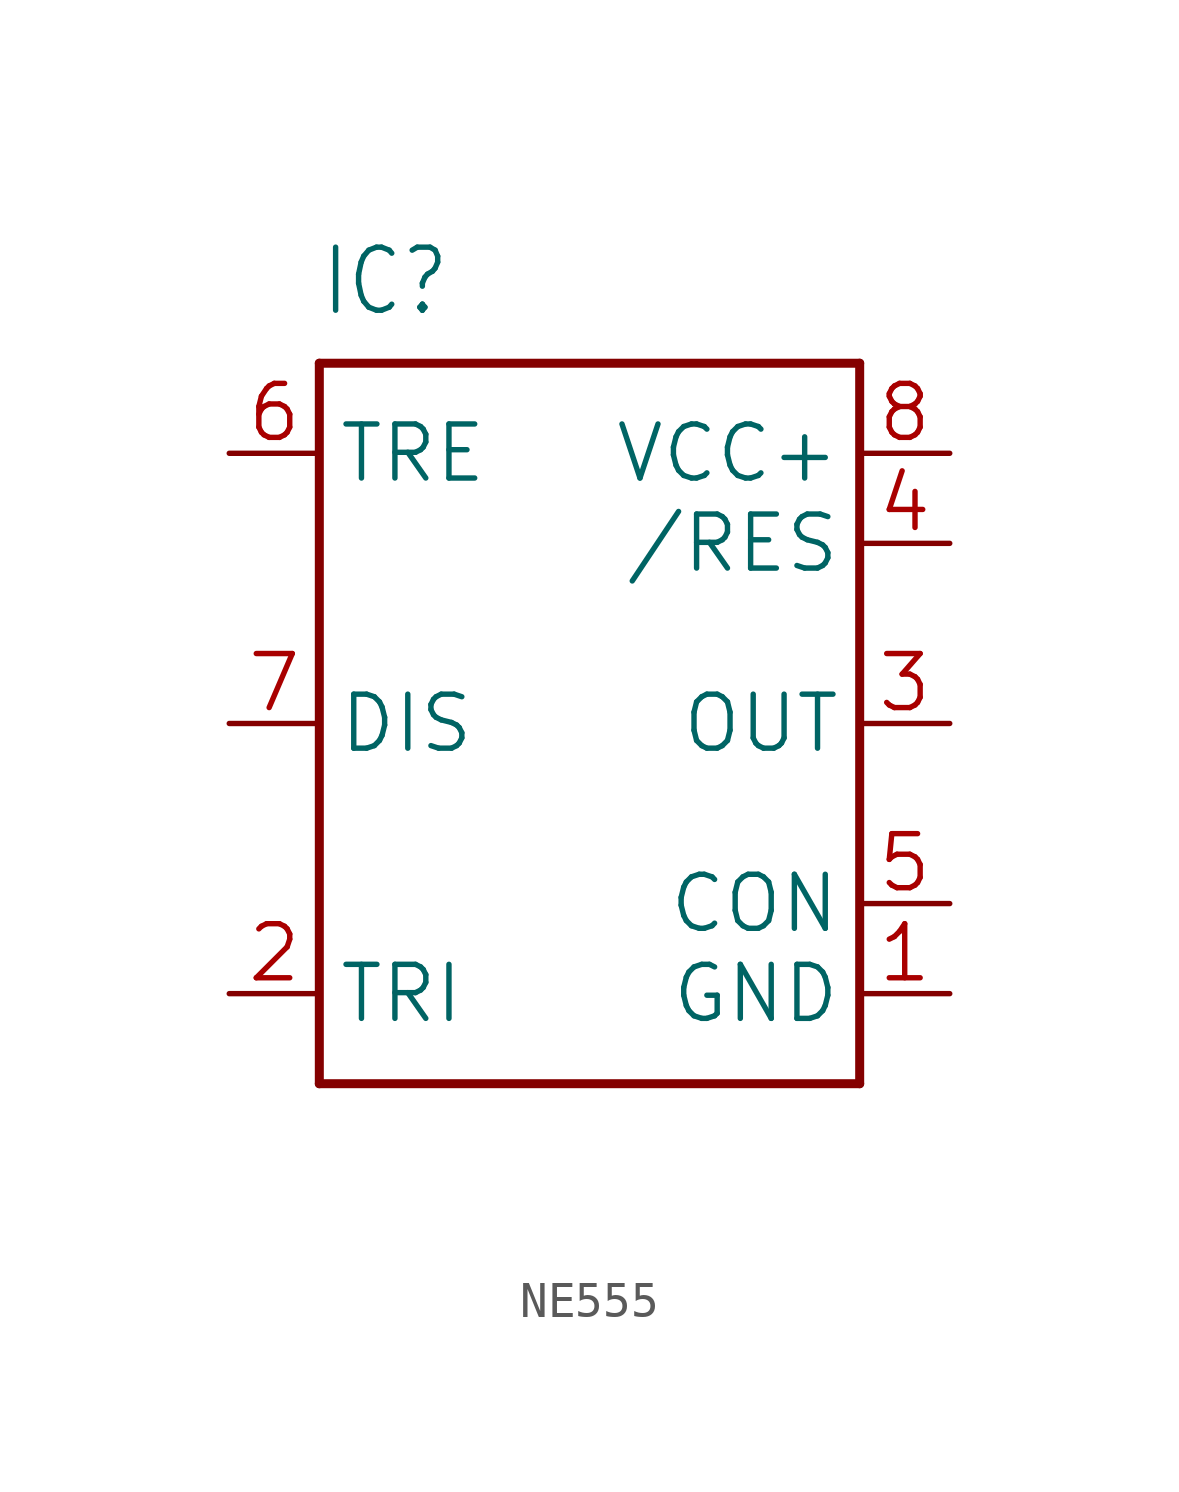
<source format=kicad_sym>
(kicad_symbol_lib
  (version 20241209)
  (generator "kicad_symbol_editor")
  (generator_version "9.0")
  (symbol "NE555"
    (property "Reference" "IC"
      (at -7.62 11.43 0)
      (effects (font (size 1.778 1.511)) (justify left bottom)))
    (property "Value" ""
      (at -7.62 -12.7 0)
      (effects (font (size 1.778 1.511)) (justify left bottom)))
    (property "ki_locked" ""
      (at 0 0 0)
      (effects (font (size 1.27 1.27))))
    (symbol "NE555_1_0"
      (polyline (pts (xy -7.62 10.16) (xy -7.62 -10.16)) (stroke (width 0.254) (type solid)) (fill (type none)))
      (polyline (pts (xy -7.62 -10.16) (xy 7.62 -10.16)) (stroke (width 0.254) (type solid)) (fill (type none)))
      (polyline (pts (xy 7.62 10.16) (xy -7.62 10.16)) (stroke (width 0.254) (type solid)) (fill (type none)))
      (polyline (pts (xy 7.62 -10.16) (xy 7.62 10.16)) (stroke (width 0.254) (type solid)) (fill (type none)))
      (pin input line (at -10.16 7.62 0) (length 2.54) (name "TRE" (effects (font (size 1.524 1.524)))) (number "6" (effects (font (size 1.524 1.524)))))
      (pin input line (at -10.16 0 0) (length 2.54) (name "DIS" (effects (font (size 1.524 1.524)))) (number "7" (effects (font (size 1.524 1.524)))))
      (pin input line (at -10.16 -7.62 0) (length 2.54) (name "TRI" (effects (font (size 1.524 1.524)))) (number "2" (effects (font (size 1.524 1.524)))))
      (pin power_in line (at 10.16 7.62 180) (length 2.54) (name "VCC+" (effects (font (size 1.524 1.524)))) (number "8" (effects (font (size 1.524 1.524)))))
      (pin input line (at 10.16 5.08 180) (length 2.54) (name "/RES" (effects (font (size 1.524 1.524)))) (number "4" (effects (font (size 1.524 1.524)))))
      (pin output line (at 10.16 0 180) (length 2.54) (name "OUT" (effects (font (size 1.524 1.524)))) (number "3" (effects (font (size 1.524 1.524)))))
      (pin input line (at 10.16 -5.08 180) (length 2.54) (name "CON" (effects (font (size 1.524 1.524)))) (number "5" (effects (font (size 1.524 1.524)))))
      (pin power_in line (at 10.16 -7.62 180) (length 2.54) (name "GND" (effects (font (size 1.524 1.524)))) (number "1" (effects (font (size 1.524 1.524))))))))
</source>
